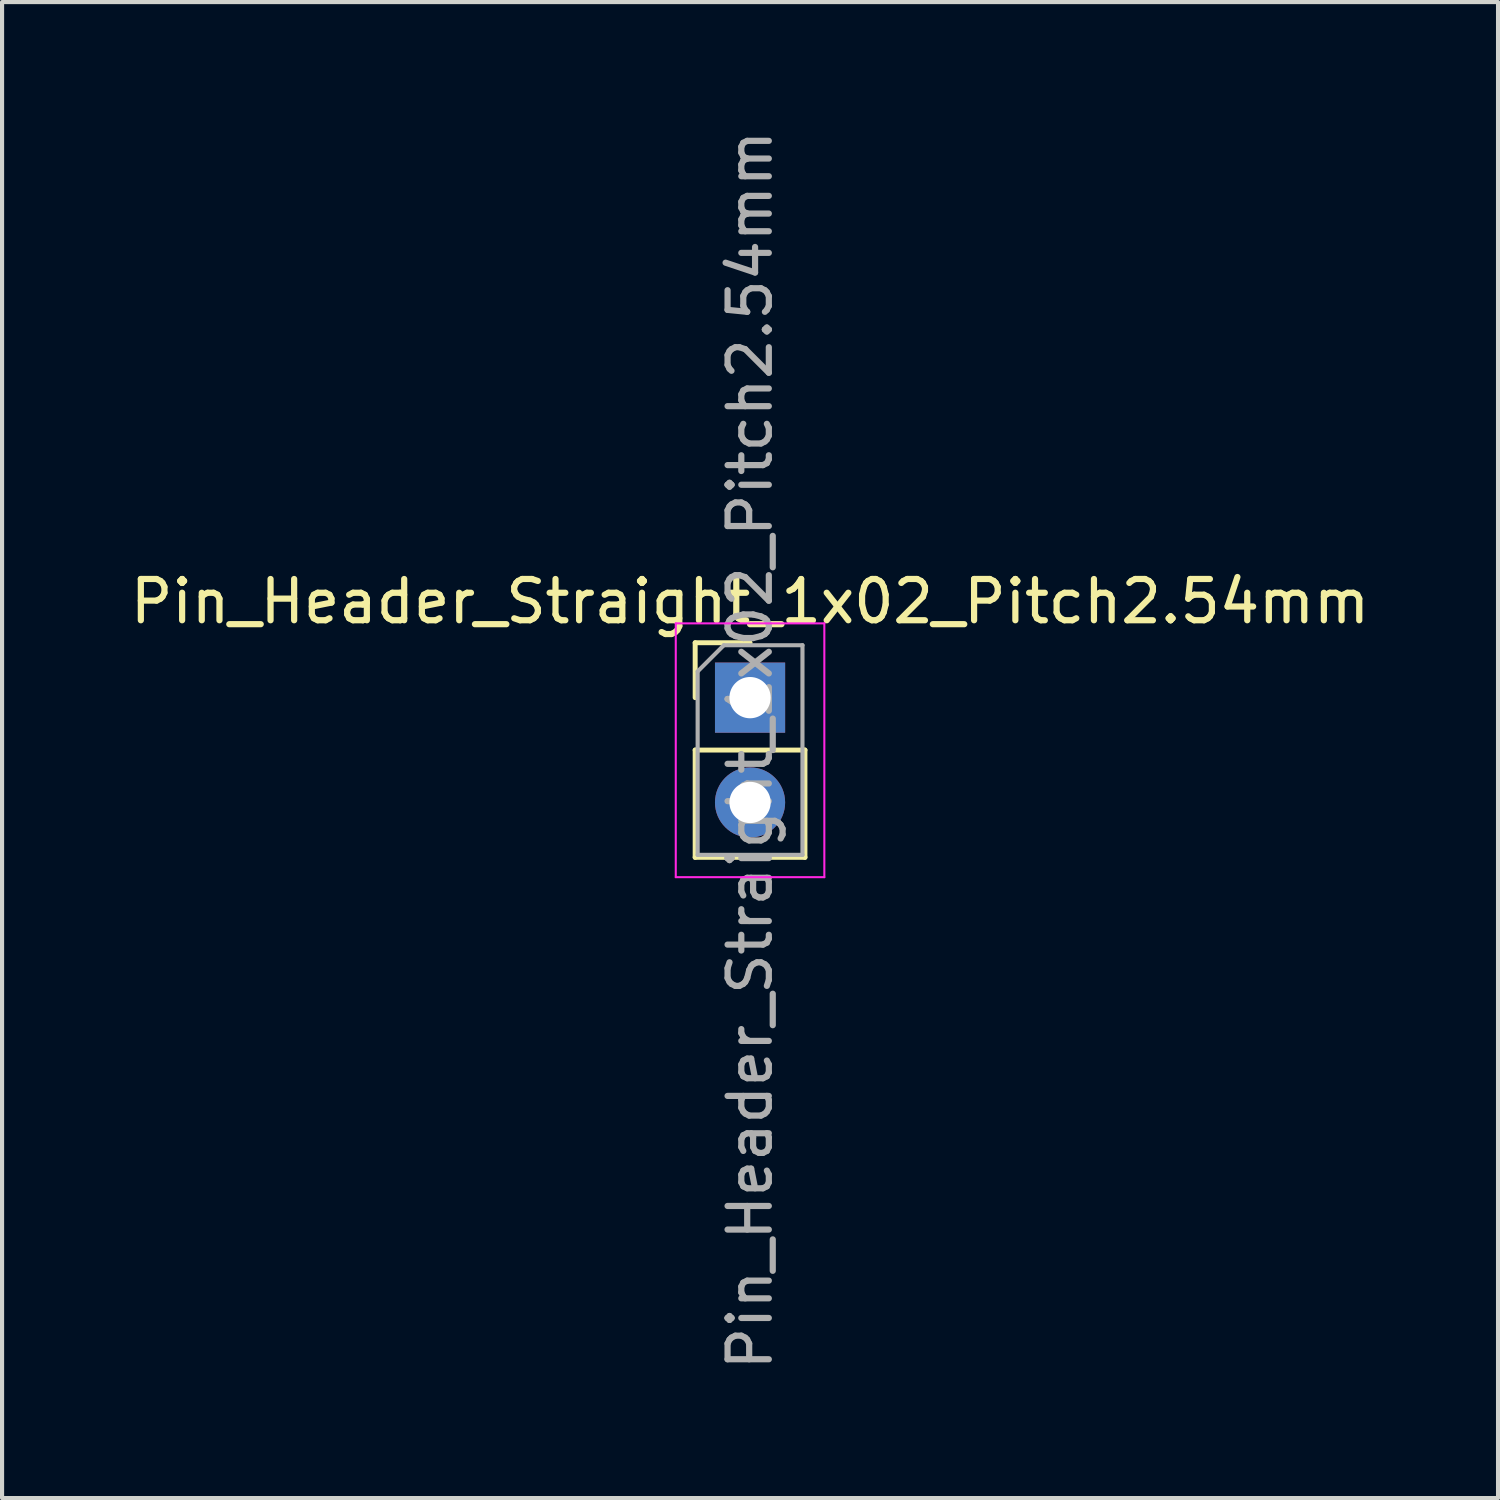
<source format=kicad_pcb>
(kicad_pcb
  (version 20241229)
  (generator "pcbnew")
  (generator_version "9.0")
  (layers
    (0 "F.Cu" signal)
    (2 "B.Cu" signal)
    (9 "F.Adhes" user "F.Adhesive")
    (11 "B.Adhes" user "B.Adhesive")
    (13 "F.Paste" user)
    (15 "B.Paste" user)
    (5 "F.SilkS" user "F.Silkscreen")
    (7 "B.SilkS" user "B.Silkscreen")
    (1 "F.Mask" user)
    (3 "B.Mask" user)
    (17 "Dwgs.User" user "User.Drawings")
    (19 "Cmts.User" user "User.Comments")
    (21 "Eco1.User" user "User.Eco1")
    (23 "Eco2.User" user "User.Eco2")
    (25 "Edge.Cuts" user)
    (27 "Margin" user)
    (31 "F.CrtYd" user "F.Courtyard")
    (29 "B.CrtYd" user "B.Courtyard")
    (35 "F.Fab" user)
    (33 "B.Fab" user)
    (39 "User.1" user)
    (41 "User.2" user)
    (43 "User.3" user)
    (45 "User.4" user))
  (footprint "Pin_Header_Straight_1x02_Pitch2.54mm"
    (layer "F.Cu")
    (at 15.125 13.855)
    (property "Reference" "Pin_Header_Straight_1x02_Pitch2.54mm" (at 0 -2.33 0) (layer "F.SilkS") (effects (font (size 1 1) (thickness 0.15))))
    (attr through_hole)
    (fp_line (start -1.33 -1.33) (end 0 -1.33) (stroke (width 0.12) (type solid)) (layer "F.SilkS"))
    (fp_line (start -1.33 0) (end -1.33 -1.33) (stroke (width 0.12) (type solid)) (layer "F.SilkS"))
    (fp_line (start -1.33 1.27) (end -1.33 3.87) (stroke (width 0.12) (type solid)) (layer "F.SilkS"))
    (fp_line (start -1.33 1.27) (end 1.33 1.27) (stroke (width 0.12) (type solid)) (layer "F.SilkS"))
    (fp_line (start -1.33 3.87) (end 1.33 3.87) (stroke (width 0.12) (type solid)) (layer "F.SilkS"))
    (fp_line (start 1.33 1.27) (end 1.33 3.87) (stroke (width 0.12) (type solid)) (layer "F.SilkS"))
    (fp_line (start -1.8 -1.8) (end -1.8 4.35) (stroke (width 0.05) (type solid)) (layer "F.CrtYd"))
    (fp_line (start -1.8 4.35) (end 1.8 4.35) (stroke (width 0.05) (type solid)) (layer "F.CrtYd"))
    (fp_line (start 1.8 -1.8) (end -1.8 -1.8) (stroke (width 0.05) (type solid)) (layer "F.CrtYd"))
    (fp_line (start 1.8 4.35) (end 1.8 -1.8) (stroke (width 0.05) (type solid)) (layer "F.CrtYd"))
    (fp_line (start -1.27 -0.635) (end -0.635 -1.27) (stroke (width 0.1) (type solid)) (layer "F.Fab"))
    (fp_line (start -1.27 3.81) (end -1.27 -0.635) (stroke (width 0.1) (type solid)) (layer "F.Fab"))
    (fp_line (start -0.635 -1.27) (end 1.27 -1.27) (stroke (width 0.1) (type solid)) (layer "F.Fab"))
    (fp_line (start 1.27 -1.27) (end 1.27 3.81) (stroke (width 0.1) (type solid)) (layer "F.Fab"))
    (fp_line (start 1.27 3.81) (end -1.27 3.81) (stroke (width 0.1) (type solid)) (layer "F.Fab"))
    (fp_text user "${REFERENCE}" (at 0 1.27 90) (layer "F.Fab") (effects (font (size 1 1) (thickness 0.15))))
    (pad "S" thru_hole rect (at 0 0) (size 1.7 1.7) (drill 1) (layers "*.Cu" "*.Mask"))
    (pad "T" thru_hole oval (at 0 2.54) (size 1.7 1.7) (drill 1) (layers "*.Cu" "*.Mask")))
  (gr_rect
    (start -3 -3)
    (end 33.25 33.25)
    (stroke (width 0.1) (type default))
    (fill no)
    (layer "Edge.Cuts")))
</source>
